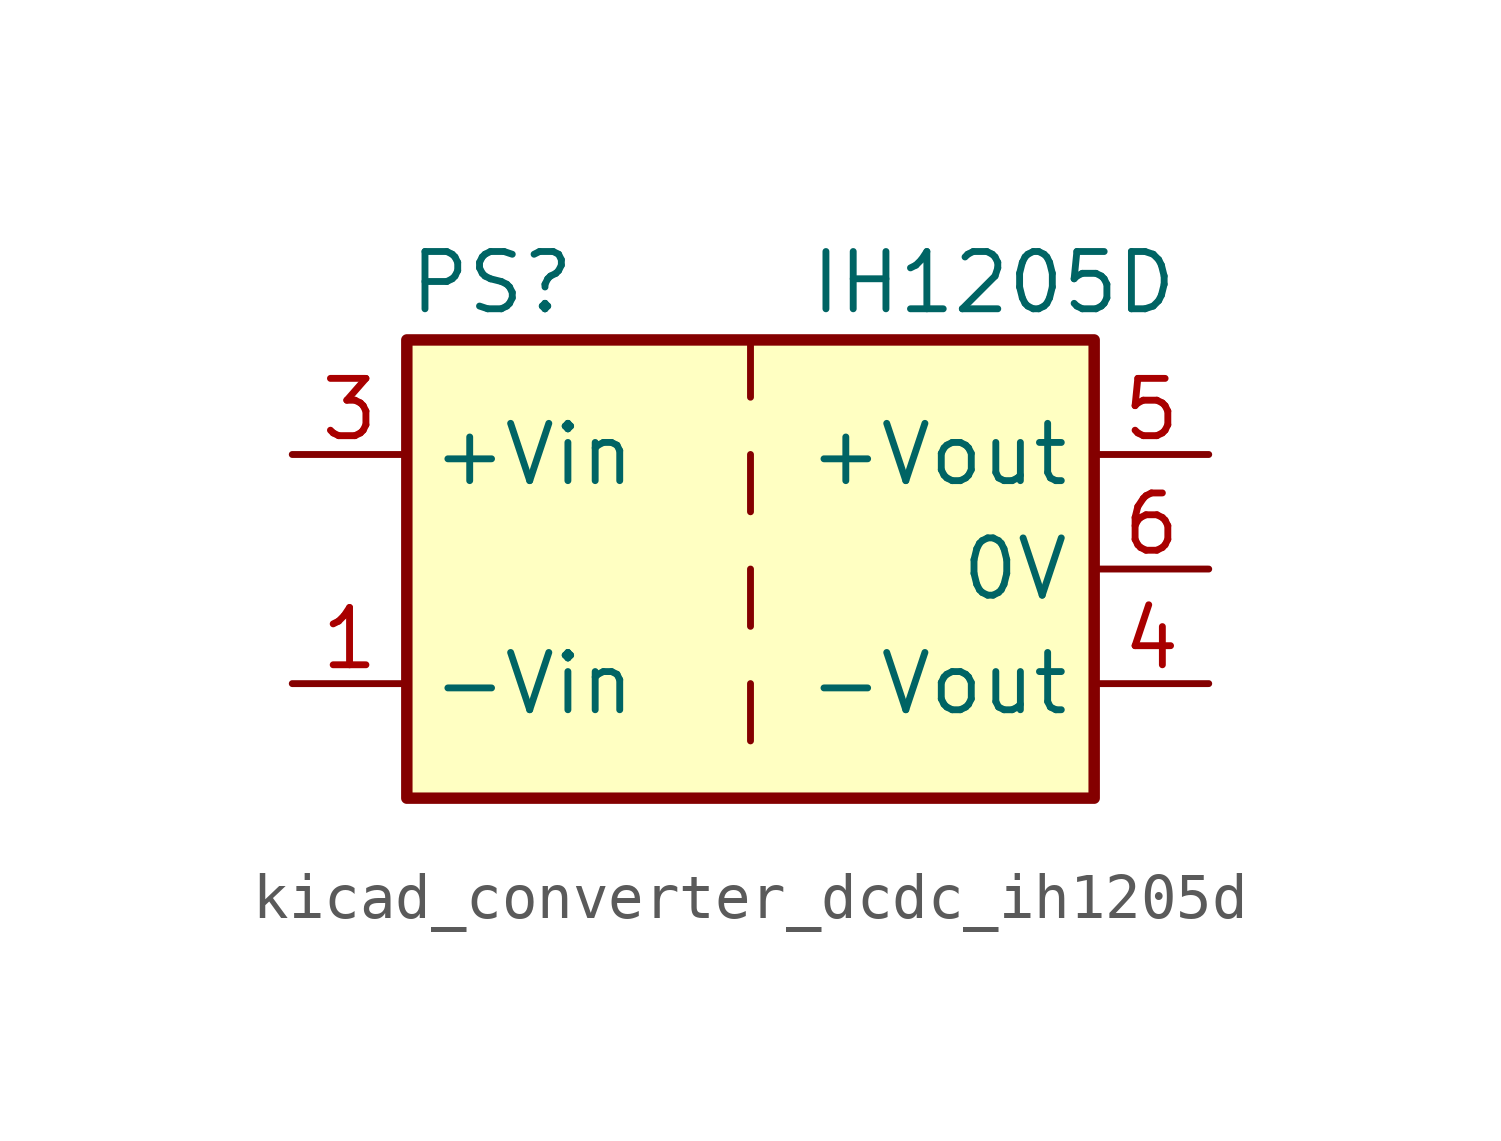
<source format=kicad_sym>
(kicad_symbol_lib
  (version 20220914)
  (generator kicad_symbol_editor)
  (symbol "kicad_converter_dcdc_ih1205d"
    (property "Reference" "PS"
      (at -7.62 6.35 0)
      (effects (font (size 1.27 1.27)) (justify left)))
    (property "Value" "IH1205D"
      (at 1.27 6.35 0)
      (effects (font (size 1.27 1.27)) (justify left)))
    (symbol "kicad_converter_dcdc_ih1205d_0_0"
      (pin power_in line (at -10.16 -2.54 0) (length 2.54) (name "-Vin" (effects (font (size 1.27 1.27)))) (number "1" (effects (font (size 1.27 1.27)))))
      (pin power_in line (at -10.16 2.54 0) (length 2.54) (name "+Vin" (effects (font (size 1.27 1.27)))) (number "3" (effects (font (size 1.27 1.27)))))
      (pin power_out line (at 10.16 -2.54 180) (length 2.54) (name "-Vout" (effects (font (size 1.27 1.27)))) (number "4" (effects (font (size 1.27 1.27)))))
      (pin power_out line (at 10.16 2.54 180) (length 2.54) (name "+Vout" (effects (font (size 1.27 1.27)))) (number "5" (effects (font (size 1.27 1.27)))))
      (pin power_out line (at 10.16 0 180) (length 2.54) (name "0V" (effects (font (size 1.27 1.27)))) (number "6" (effects (font (size 1.27 1.27))))))
    (symbol "kicad_converter_dcdc_ih1205d_0_1"
      (rectangle (start -7.62 5.08) (end 7.62 -5.08) (stroke (width 0.254) (type default)) (fill (type background)))
      (polyline (pts (xy 0 -2.54) (xy 0 -3.81)) (stroke (width 0) (type default)) (fill (type none)))
      (polyline (pts (xy 0 0) (xy 0 -1.27)) (stroke (width 0) (type default)) (fill (type none)))
      (polyline (pts (xy 0 2.54) (xy 0 1.27)) (stroke (width 0) (type default)) (fill (type none)))
      (polyline (pts (xy 0 5.08) (xy 0 3.81)) (stroke (width 0) (type default)) (fill (type none))))
    (symbol "kicad_converter_dcdc_ih1205d_1_1"
      (pin no_connect line (at 0 -5.08 90) (length 2.54) hide (name "NC" (effects (font (size 1.27 1.27)))) (number "2" (effects (font (size 1.27 1.27))))))))
</source>
